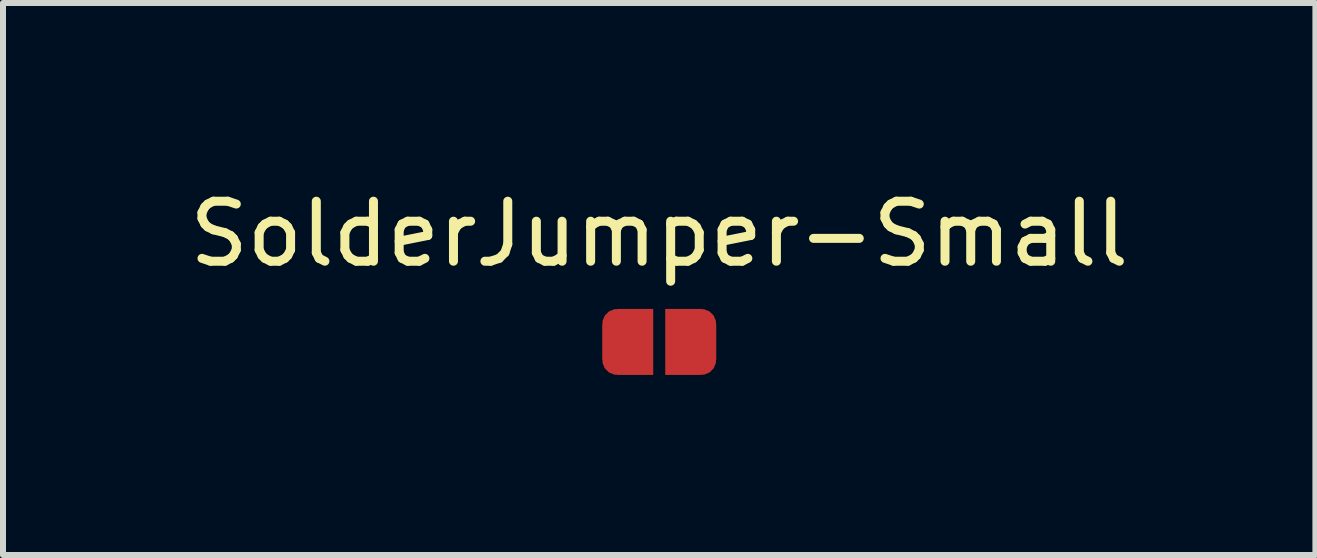
<source format=kicad_pcb>
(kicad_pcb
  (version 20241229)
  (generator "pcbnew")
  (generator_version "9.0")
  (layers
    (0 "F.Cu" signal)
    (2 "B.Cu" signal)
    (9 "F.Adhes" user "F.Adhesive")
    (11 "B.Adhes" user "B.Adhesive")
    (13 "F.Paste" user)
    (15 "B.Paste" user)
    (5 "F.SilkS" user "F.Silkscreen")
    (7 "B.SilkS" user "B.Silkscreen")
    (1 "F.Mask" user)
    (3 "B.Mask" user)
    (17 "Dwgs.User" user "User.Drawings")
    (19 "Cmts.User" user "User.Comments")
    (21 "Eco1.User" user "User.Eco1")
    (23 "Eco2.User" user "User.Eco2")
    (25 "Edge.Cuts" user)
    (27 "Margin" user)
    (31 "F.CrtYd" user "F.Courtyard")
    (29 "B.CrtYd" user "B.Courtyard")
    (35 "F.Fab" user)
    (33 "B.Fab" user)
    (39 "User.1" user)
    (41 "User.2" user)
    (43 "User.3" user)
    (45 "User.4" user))
  (footprint "SolderJumper-Small"
    (layer "F.Cu")
    (at 7.935 2.648)
    (property "Reference" "SolderJumper-Small" (at 0 -1.8 0) (layer "F.SilkS") (effects (font (size 1 1) (thickness 0.15))))
    (attr exclude_from_pos_files exclude_from_bom)
    (pad "1" smd custom (at -0.35 0) (size 0.5 1.1) (layers "F.Cu" "F.Mask") (options (anchor rect)) (primitives (gr_circle (center -0.35 0.3) (end -0.1 0.3) (width 0) (fill yes)) (gr_rect (start -0.35 -0.55) (end -0.25 0.55) (width 0) (fill yes)) (gr_circle (center -0.35 -0.3) (end -0.1 -0.3) (width 0) (fill yes)) (gr_rect (start -0.6 -0.3) (end -0.25 0.3) (width 0) (fill yes))))
    (pad "2" smd custom (at 0.35 0 180) (size 0.5 1.1) (layers "F.Cu" "F.Mask") (options (anchor rect)) (primitives (gr_circle (center -0.35 0.3) (end -0.1 0.3) (width 0) (fill yes)) (gr_rect (start -0.35 -0.55) (end -0.25 0.55) (width 0) (fill yes)) (gr_circle (center -0.35 -0.3) (end -0.1 -0.3) (width 0) (fill yes)) (gr_rect (start -0.6 -0.3) (end -0.25 0.3) (width 0) (fill yes)))))
  (gr_rect
    (start -3 -3)
    (end 18.869 6.198)
    (stroke (width 0.1) (type default))
    (fill no)
    (layer "Edge.Cuts")))
</source>
